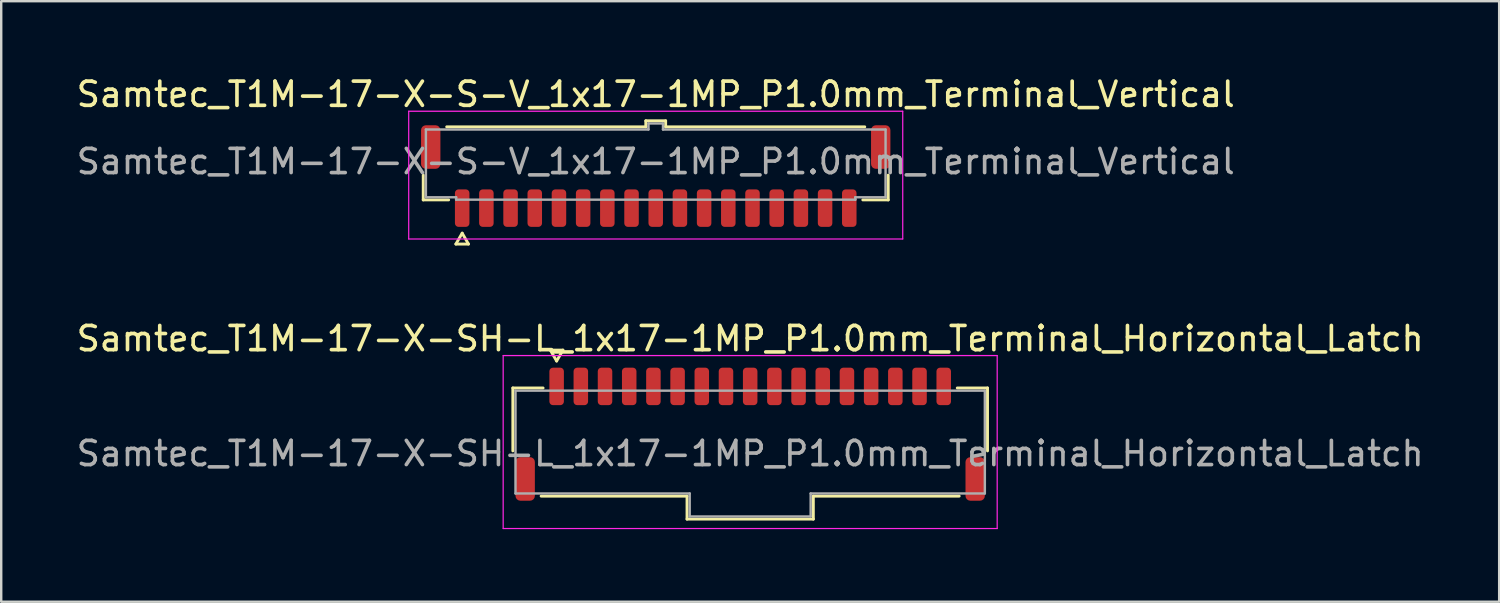
<source format=kicad_pcb>
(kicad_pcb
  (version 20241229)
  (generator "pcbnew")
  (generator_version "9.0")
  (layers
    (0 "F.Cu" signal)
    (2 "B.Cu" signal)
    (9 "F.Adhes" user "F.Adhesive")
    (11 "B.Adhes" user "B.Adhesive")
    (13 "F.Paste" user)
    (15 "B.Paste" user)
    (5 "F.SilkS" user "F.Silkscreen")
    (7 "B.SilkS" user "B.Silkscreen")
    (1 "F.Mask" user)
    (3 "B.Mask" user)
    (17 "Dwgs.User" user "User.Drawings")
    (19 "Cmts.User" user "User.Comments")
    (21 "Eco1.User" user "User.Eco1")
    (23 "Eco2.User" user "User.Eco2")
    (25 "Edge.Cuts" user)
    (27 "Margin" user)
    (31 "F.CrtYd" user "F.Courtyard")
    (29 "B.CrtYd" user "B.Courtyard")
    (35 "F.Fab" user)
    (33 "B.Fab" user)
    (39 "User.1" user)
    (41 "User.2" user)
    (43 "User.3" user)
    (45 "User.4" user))
  (footprint "Samtec_T1M-17-X-SH-L_1x17-1MP_P1.0mm_Terminal_Horizontal_Latch"
    (layer "F.Cu")
    (at 27.958 15.697)
    (property "Reference" "Samtec_T1M-17-X-SH-L_1x17-1MP_P1.0mm_Terminal_Horizontal_Latch" (at 0 -4.75 0) (layer "F.SilkS") (effects (font (size 1 1) (thickness 0.15))))
    (attr smd)
    (fp_line (start -9.81 -2.71) (end -8.56 -2.71) (stroke (width 0.12) (type solid)) (layer "F.SilkS"))
    (fp_line (start -9.81 -0.11) (end -9.81 -2.71) (stroke (width 0.12) (type solid)) (layer "F.SilkS"))
    (fp_line (start -8.26 -4.275) (end -8 -3.825) (stroke (width 0.12) (type solid)) (layer "F.SilkS"))
    (fp_line (start -8 -3.825) (end -7.74 -4.275) (stroke (width 0.12) (type solid)) (layer "F.SilkS"))
    (fp_line (start -7.74 -4.275) (end -8.26 -4.275) (stroke (width 0.12) (type solid)) (layer "F.SilkS"))
    (fp_line (start -2.61 1.76) (end -8.64 1.76) (stroke (width 0.12) (type solid)) (layer "F.SilkS"))
    (fp_line (start -2.61 2.71) (end -2.61 1.76) (stroke (width 0.12) (type solid)) (layer "F.SilkS"))
    (fp_line (start 2.61 1.76) (end 2.61 2.71) (stroke (width 0.12) (type solid)) (layer "F.SilkS"))
    (fp_line (start 2.61 2.71) (end -2.61 2.71) (stroke (width 0.12) (type solid)) (layer "F.SilkS"))
    (fp_line (start 8.56 -2.71) (end 9.81 -2.71) (stroke (width 0.12) (type solid)) (layer "F.SilkS"))
    (fp_line (start 8.64 1.76) (end 2.61 1.76) (stroke (width 0.12) (type solid)) (layer "F.SilkS"))
    (fp_line (start 9.81 -2.71) (end 9.81 -0.11) (stroke (width 0.12) (type solid)) (layer "F.SilkS"))
    (fp_line (start -10.21 -4.05) (end -10.21 3.1) (stroke (width 0.05) (type solid)) (layer "F.CrtYd"))
    (fp_line (start -10.21 3.1) (end 10.21 3.1) (stroke (width 0.05) (type solid)) (layer "F.CrtYd"))
    (fp_line (start 10.21 -4.05) (end -10.21 -4.05) (stroke (width 0.05) (type solid)) (layer "F.CrtYd"))
    (fp_line (start 10.21 3.1) (end 10.21 -4.05) (stroke (width 0.05) (type solid)) (layer "F.CrtYd"))
    (fp_line (start -9.7 -2.6) (end 9.7 -2.6) (stroke (width 0.1) (type solid)) (layer "F.Fab"))
    (fp_line (start -9.7 1.65) (end -9.7 -2.6) (stroke (width 0.1) (type solid)) (layer "F.Fab"))
    (fp_line (start -2.5 1.65) (end -9.7 1.65) (stroke (width 0.1) (type solid)) (layer "F.Fab"))
    (fp_line (start -2.5 2.6) (end -2.5 1.65) (stroke (width 0.1) (type solid)) (layer "F.Fab"))
    (fp_line (start 2.5 1.65) (end 2.5 2.6) (stroke (width 0.1) (type solid)) (layer "F.Fab"))
    (fp_line (start 2.5 2.6) (end -2.5 2.6) (stroke (width 0.1) (type solid)) (layer "F.Fab"))
    (fp_line (start 9.7 -2.6) (end 9.7 1.65) (stroke (width 0.1) (type solid)) (layer "F.Fab"))
    (fp_line (start 9.7 1.65) (end 2.5 1.65) (stroke (width 0.1) (type solid)) (layer "F.Fab"))
    (fp_text user "${REFERENCE}" (at 0 0 0) (layer "F.Fab") (effects (font (size 1 1) (thickness 0.15))))
    (pad "1" smd roundrect (at -8 -2.775) (size 0.6 1.55) (layers "F.Cu" "F.Mask" "F.Paste") (roundrect_rratio 0.25))
    (pad "2" smd roundrect (at -7 -2.775) (size 0.6 1.55) (layers "F.Cu" "F.Mask" "F.Paste") (roundrect_rratio 0.25))
    (pad "3" smd roundrect (at -6 -2.775) (size 0.6 1.55) (layers "F.Cu" "F.Mask" "F.Paste") (roundrect_rratio 0.25))
    (pad "4" smd roundrect (at -5 -2.775) (size 0.6 1.55) (layers "F.Cu" "F.Mask" "F.Paste") (roundrect_rratio 0.25))
    (pad "5" smd roundrect (at -4 -2.775) (size 0.6 1.55) (layers "F.Cu" "F.Mask" "F.Paste") (roundrect_rratio 0.25))
    (pad "6" smd roundrect (at -3 -2.775) (size 0.6 1.55) (layers "F.Cu" "F.Mask" "F.Paste") (roundrect_rratio 0.25))
    (pad "7" smd roundrect (at -2 -2.775) (size 0.6 1.55) (layers "F.Cu" "F.Mask" "F.Paste") (roundrect_rratio 0.25))
    (pad "8" smd roundrect (at -1 -2.775) (size 0.6 1.55) (layers "F.Cu" "F.Mask" "F.Paste") (roundrect_rratio 0.25))
    (pad "9" smd roundrect (at 0 -2.775) (size 0.6 1.55) (layers "F.Cu" "F.Mask" "F.Paste") (roundrect_rratio 0.25))
    (pad "10" smd roundrect (at 1 -2.775) (size 0.6 1.55) (layers "F.Cu" "F.Mask" "F.Paste") (roundrect_rratio 0.25))
    (pad "11" smd roundrect (at 2 -2.775) (size 0.6 1.55) (layers "F.Cu" "F.Mask" "F.Paste") (roundrect_rratio 0.25))
    (pad "12" smd roundrect (at 3 -2.775) (size 0.6 1.55) (layers "F.Cu" "F.Mask" "F.Paste") (roundrect_rratio 0.25))
    (pad "13" smd roundrect (at 4 -2.775) (size 0.6 1.55) (layers "F.Cu" "F.Mask" "F.Paste") (roundrect_rratio 0.25))
    (pad "14" smd roundrect (at 5 -2.775) (size 0.6 1.55) (layers "F.Cu" "F.Mask" "F.Paste") (roundrect_rratio 0.25))
    (pad "15" smd roundrect (at 6 -2.775) (size 0.6 1.55) (layers "F.Cu" "F.Mask" "F.Paste") (roundrect_rratio 0.25))
    (pad "16" smd roundrect (at 7 -2.775) (size 0.6 1.55) (layers "F.Cu" "F.Mask" "F.Paste") (roundrect_rratio 0.25))
    (pad "17" smd roundrect (at 8 -2.775) (size 0.6 1.55) (layers "F.Cu" "F.Mask" "F.Paste") (roundrect_rratio 0.25))
    (pad "MP" smd roundrect (at -9.3 1.05) (size 0.8 1.8) (layers "F.Cu" "F.Mask" "F.Paste") (roundrect_rratio 0.25))
    (pad "MP" smd roundrect (at 9.3 1.05) (size 0.8 1.8) (layers "F.Cu" "F.Mask" "F.Paste") (roundrect_rratio 0.25)))
  (footprint "Samtec_T1M-17-X-S-V_1x17-1MP_P1.0mm_Terminal_Vertical"
    (layer "F.Cu")
    (at 24.054 3.628)
    (property "Reference" "Samtec_T1M-17-X-S-V_1x17-1MP_P1.0mm_Terminal_Vertical" (at 0 -2.78 0) (layer "F.SilkS") (effects (font (size 1 1) (thickness 0.15))))
    (attr smd)
    (fp_line (start -9.61 1.585) (end -9.61 0.56) (stroke (width 0.12) (type solid)) (layer "F.SilkS"))
    (fp_line (start -8.64 -1.435) (end -0.41 -1.435) (stroke (width 0.12) (type solid)) (layer "F.SilkS"))
    (fp_line (start -8.56 1.585) (end -9.61 1.585) (stroke (width 0.12) (type solid)) (layer "F.SilkS"))
    (fp_line (start -8.26 3.41) (end -8 2.96) (stroke (width 0.12) (type solid)) (layer "F.SilkS"))
    (fp_line (start -8 2.96) (end -7.74 3.41) (stroke (width 0.12) (type solid)) (layer "F.SilkS"))
    (fp_line (start -7.74 3.41) (end -8.26 3.41) (stroke (width 0.12) (type solid)) (layer "F.SilkS"))
    (fp_line (start -0.41 -1.685) (end 0.41 -1.685) (stroke (width 0.12) (type solid)) (layer "F.SilkS"))
    (fp_line (start -0.41 -1.435) (end -0.41 -1.685) (stroke (width 0.12) (type solid)) (layer "F.SilkS"))
    (fp_line (start 0.41 -1.685) (end 0.41 -1.435) (stroke (width 0.12) (type solid)) (layer "F.SilkS"))
    (fp_line (start 0.41 -1.435) (end 8.64 -1.435) (stroke (width 0.12) (type solid)) (layer "F.SilkS"))
    (fp_line (start 9.61 0.56) (end 9.61 1.585) (stroke (width 0.12) (type solid)) (layer "F.SilkS"))
    (fp_line (start 9.61 1.585) (end 8.56 1.585) (stroke (width 0.12) (type solid)) (layer "F.SilkS"))
    (fp_line (start -10.21 -2.08) (end -10.21 3.2) (stroke (width 0.05) (type solid)) (layer "F.CrtYd"))
    (fp_line (start -10.21 3.2) (end 10.21 3.2) (stroke (width 0.05) (type solid)) (layer "F.CrtYd"))
    (fp_line (start 10.21 -2.08) (end -10.21 -2.08) (stroke (width 0.05) (type solid)) (layer "F.CrtYd"))
    (fp_line (start 10.21 3.2) (end 10.21 -2.08) (stroke (width 0.05) (type solid)) (layer "F.CrtYd"))
    (fp_line (start -9.5 -1.325) (end -0.3 -1.325) (stroke (width 0.1) (type solid)) (layer "F.Fab"))
    (fp_line (start -9.5 1.475) (end -9.5 -1.325) (stroke (width 0.1) (type solid)) (layer "F.Fab"))
    (fp_line (start -8.25 1.475) (end -9.5 1.475) (stroke (width 0.1) (type solid)) (layer "F.Fab"))
    (fp_line (start -8.25 1.575) (end -8.25 1.475) (stroke (width 0.1) (type solid)) (layer "F.Fab"))
    (fp_line (start -0.3 -1.575) (end 0.3 -1.575) (stroke (width 0.1) (type solid)) (layer "F.Fab"))
    (fp_line (start -0.3 -1.325) (end -0.3 -1.575) (stroke (width 0.1) (type solid)) (layer "F.Fab"))
    (fp_line (start 0.3 -1.575) (end 0.3 -1.325) (stroke (width 0.1) (type solid)) (layer "F.Fab"))
    (fp_line (start 0.3 -1.325) (end 9.5 -1.325) (stroke (width 0.1) (type solid)) (layer "F.Fab"))
    (fp_line (start 8.25 1.475) (end 8.25 1.575) (stroke (width 0.1) (type solid)) (layer "F.Fab"))
    (fp_line (start 8.25 1.575) (end -8.25 1.575) (stroke (width 0.1) (type solid)) (layer "F.Fab"))
    (fp_line (start 9.5 -1.325) (end 9.5 1.475) (stroke (width 0.1) (type solid)) (layer "F.Fab"))
    (fp_line (start 9.5 1.475) (end 8.25 1.475) (stroke (width 0.1) (type solid)) (layer "F.Fab"))
    (fp_text user "${REFERENCE}" (at 0 0 0) (layer "F.Fab") (effects (font (size 1 1) (thickness 0.15))))
    (pad "1" smd roundrect (at -8 1.925) (size 0.6 1.55) (layers "F.Cu" "F.Mask" "F.Paste") (roundrect_rratio 0.25))
    (pad "2" smd roundrect (at -7 1.925) (size 0.6 1.55) (layers "F.Cu" "F.Mask" "F.Paste") (roundrect_rratio 0.25))
    (pad "3" smd roundrect (at -6 1.925) (size 0.6 1.55) (layers "F.Cu" "F.Mask" "F.Paste") (roundrect_rratio 0.25))
    (pad "4" smd roundrect (at -5 1.925) (size 0.6 1.55) (layers "F.Cu" "F.Mask" "F.Paste") (roundrect_rratio 0.25))
    (pad "5" smd roundrect (at -4 1.925) (size 0.6 1.55) (layers "F.Cu" "F.Mask" "F.Paste") (roundrect_rratio 0.25))
    (pad "6" smd roundrect (at -3 1.925) (size 0.6 1.55) (layers "F.Cu" "F.Mask" "F.Paste") (roundrect_rratio 0.25))
    (pad "7" smd roundrect (at -2 1.925) (size 0.6 1.55) (layers "F.Cu" "F.Mask" "F.Paste") (roundrect_rratio 0.25))
    (pad "8" smd roundrect (at -1 1.925) (size 0.6 1.55) (layers "F.Cu" "F.Mask" "F.Paste") (roundrect_rratio 0.25))
    (pad "9" smd roundrect (at 0 1.925) (size 0.6 1.55) (layers "F.Cu" "F.Mask" "F.Paste") (roundrect_rratio 0.25))
    (pad "10" smd roundrect (at 1 1.925) (size 0.6 1.55) (layers "F.Cu" "F.Mask" "F.Paste") (roundrect_rratio 0.25))
    (pad "11" smd roundrect (at 2 1.925) (size 0.6 1.55) (layers "F.Cu" "F.Mask" "F.Paste") (roundrect_rratio 0.25))
    (pad "12" smd roundrect (at 3 1.925) (size 0.6 1.55) (layers "F.Cu" "F.Mask" "F.Paste") (roundrect_rratio 0.25))
    (pad "13" smd roundrect (at 4 1.925) (size 0.6 1.55) (layers "F.Cu" "F.Mask" "F.Paste") (roundrect_rratio 0.25))
    (pad "14" smd roundrect (at 5 1.925) (size 0.6 1.55) (layers "F.Cu" "F.Mask" "F.Paste") (roundrect_rratio 0.25))
    (pad "15" smd roundrect (at 6 1.925) (size 0.6 1.55) (layers "F.Cu" "F.Mask" "F.Paste") (roundrect_rratio 0.25))
    (pad "16" smd roundrect (at 7 1.925) (size 0.6 1.55) (layers "F.Cu" "F.Mask" "F.Paste") (roundrect_rratio 0.25))
    (pad "17" smd roundrect (at 8 1.925) (size 0.6 1.55) (layers "F.Cu" "F.Mask" "F.Paste") (roundrect_rratio 0.25))
    (pad "MP" smd roundrect (at -9.3 -0.6) (size 0.8 1.8) (layers "F.Cu" "F.Mask" "F.Paste") (roundrect_rratio 0.25))
    (pad "MP" smd roundrect (at 9.3 -0.6) (size 0.8 1.8) (layers "F.Cu" "F.Mask" "F.Paste") (roundrect_rratio 0.25)))
  (gr_rect
    (start -3 -3)
    (end 58.917 21.822)
    (stroke (width 0.1) (type default))
    (fill no)
    (layer "Edge.Cuts")))
</source>
